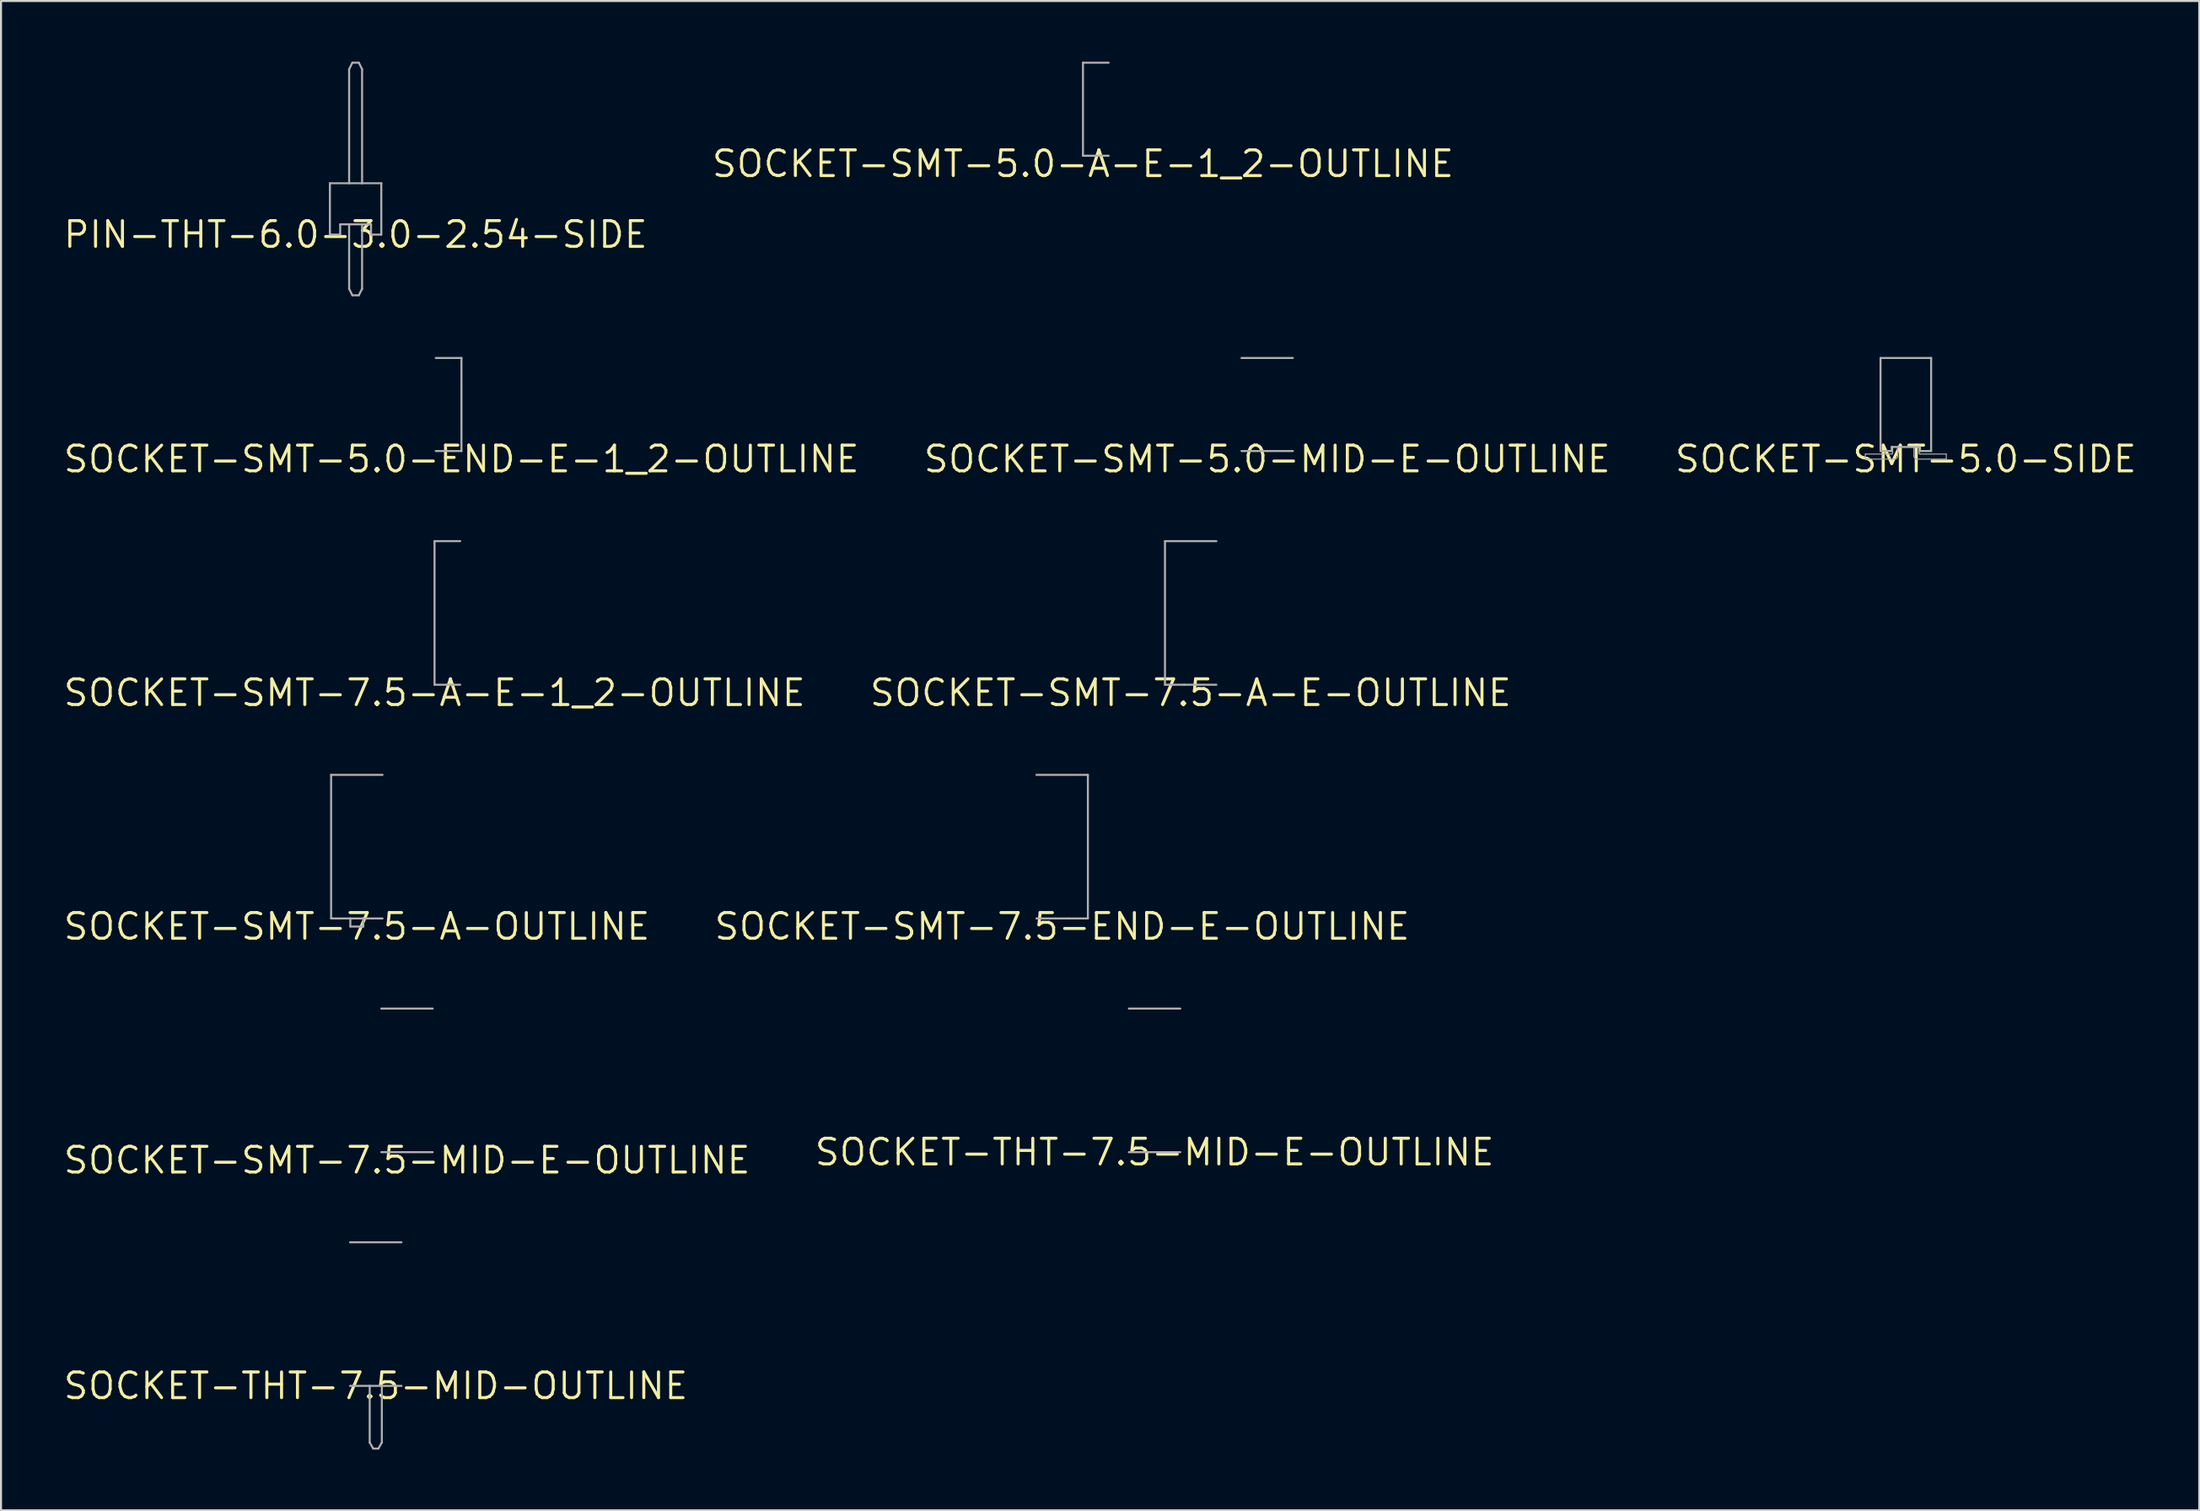
<source format=kicad_pcb>
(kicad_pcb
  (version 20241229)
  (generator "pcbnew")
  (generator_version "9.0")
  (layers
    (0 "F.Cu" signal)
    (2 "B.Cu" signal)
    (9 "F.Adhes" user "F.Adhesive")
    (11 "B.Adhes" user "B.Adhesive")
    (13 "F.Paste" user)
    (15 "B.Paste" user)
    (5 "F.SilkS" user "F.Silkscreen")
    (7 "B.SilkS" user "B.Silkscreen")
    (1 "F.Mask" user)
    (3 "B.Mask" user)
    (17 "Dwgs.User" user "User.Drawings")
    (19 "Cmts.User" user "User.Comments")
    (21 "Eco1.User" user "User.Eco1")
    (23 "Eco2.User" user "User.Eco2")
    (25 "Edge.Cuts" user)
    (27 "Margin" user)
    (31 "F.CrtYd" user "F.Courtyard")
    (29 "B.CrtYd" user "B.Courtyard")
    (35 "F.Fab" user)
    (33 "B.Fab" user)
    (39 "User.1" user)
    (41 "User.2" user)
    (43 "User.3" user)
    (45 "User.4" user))
  (footprint "SOCKET-SMT-7.5-MID-E-OUTLINE"
    (layer "F.Cu")
    (at 17.062 54.319)
    (property "Reference" "SOCKET-SMT-7.5-MID-E-OUTLINE" (at 0 0 0) (unlocked yes) (layer "F.SilkS") (effects (font (size 1.27 1.27) (thickness 0.15))))
    (fp_line (start -1.27 -7.5) (end 1.27 -7.5) (stroke (width 0.1) (type solid)) (layer "F.Fab"))
    (fp_line (start 1.27 -0.4) (end -1.27 -0.4) (stroke (width 0.1) (type solid)) (layer "F.Fab")))
  (footprint "SOCKET-SMT-5.0-SIDE"
    (layer "F.Cu")
    (at 91.126 19.65)
    (property "Reference" "SOCKET-SMT-5.0-SIDE" (at 0 0 0) (unlocked yes) (layer "F.SilkS") (effects (font (size 1.27 1.27) (thickness 0.15))))
    (fp_line (start -2 -0.25) (end -0.7 -0.25) (stroke (width 0.05) (type solid)) (layer "F.Fab"))
    (fp_line (start -2 0) (end -2 -0.25) (stroke (width 0.05) (type solid)) (layer "F.Fab"))
    (fp_line (start -2 0) (end -0.55 0) (stroke (width 0.05) (type solid)) (layer "F.Fab"))
    (fp_line (start -1.25 -5) (end -1.25 -0.4) (stroke (width 0.1) (type solid)) (layer "F.Fab"))
    (fp_line (start -1.25 -5) (end 1.25 -5) (stroke (width 0.1) (type solid)) (layer "F.Fab"))
    (fp_line (start -0.7 -0.6) (end -0.65 -0.6) (stroke (width 0.1) (type solid)) (layer "F.Fab"))
    (fp_line (start -0.7 -0.4) (end -1.25 -0.4) (stroke (width 0.1) (type solid)) (layer "F.Fab"))
    (fp_line (start -0.7 -0.4) (end -0.7 -0.6) (stroke (width 0.1) (type solid)) (layer "F.Fab"))
    (fp_line (start -0.65 -0.6) (end -0.4 -0.6) (stroke (width 0.1) (type solid)) (layer "F.Fab"))
    (fp_line (start -0.65 -0.3) (end -0.65 -0.6) (stroke (width 0.05) (type solid)) (layer "F.Fab"))
    (fp_line (start -0.4 -0.6) (end -0.4 -0.15) (stroke (width 0.05) (type solid)) (layer "F.Fab"))
    (fp_line (start -0.4 -0.6) (end 0.7 -0.6) (stroke (width 0.1) (type solid)) (layer "F.Fab"))
    (fp_line (start 0.4 -0.6) (end 0.4 -0.15) (stroke (width 0.05) (type solid)) (layer "F.Fab"))
    (fp_line (start 0.65 -0.3) (end 0.65 -0.6) (stroke (width 0.05) (type solid)) (layer "F.Fab"))
    (fp_line (start 0.7 -0.6) (end 0.7 -0.4) (stroke (width 0.1) (type solid)) (layer "F.Fab"))
    (fp_line (start 1.25 -5) (end 1.25 -0.4) (stroke (width 0.1) (type solid)) (layer "F.Fab"))
    (fp_line (start 1.25 -0.4) (end 0.7 -0.4) (stroke (width 0.1) (type solid)) (layer "F.Fab"))
    (fp_line (start 2 -0.25) (end 0.7 -0.25) (stroke (width 0.05) (type solid)) (layer "F.Fab"))
    (fp_line (start 2 0) (end 0.55 0) (stroke (width 0.05) (type solid)) (layer "F.Fab"))
    (fp_line (start 2 0) (end 2 -0.25) (stroke (width 0.05) (type solid)) (layer "F.Fab"))
    (fp_arc (start -0.65 -0.3) (mid -0.664645 -0.264645) (end -0.7 -0.25) (stroke (width 0.05) (type solid)) (layer "F.Fab"))
    (fp_arc (start -0.4 -0.15) (mid -0.443934 -0.043934) (end -0.55 0) (stroke (width 0.05) (type solid)) (layer "F.Fab"))
    (fp_arc (start 0.55 0) (mid 0.443934 -0.043934) (end 0.4 -0.15) (stroke (width 0.05) (type solid)) (layer "F.Fab"))
    (fp_arc (start 0.7 -0.25) (mid 0.664645 -0.264645) (end 0.65 -0.3) (stroke (width 0.05) (type solid)) (layer "F.Fab")))
  (footprint "SOCKET-SMT-7.5-A-OUTLINE"
    (layer "F.Cu")
    (at 14.582 42.762)
    (property "Reference" "SOCKET-SMT-7.5-A-OUTLINE" (at 0 0 0) (unlocked yes) (layer "F.SilkS") (effects (font (size 1.27 1.27) (thickness 0.15))))
    (fp_line (start -1.27 -7.5) (end -1.27 -0.4) (stroke (width 0.1) (type solid)) (layer "F.Fab"))
    (fp_line (start -1.27 -7.5) (end 1.27 -7.5) (stroke (width 0.1) (type solid)) (layer "F.Fab"))
    (fp_line (start -0.32 -0.4) (end -1.27 -0.4) (stroke (width 0.1) (type solid)) (layer "F.Fab"))
    (fp_line (start -0.32 -0.4) (end -0.32 0) (stroke (width 0.1) (type solid)) (layer "F.Fab"))
    (fp_line (start -0.32 0) (end 0.32 0) (stroke (width 0.1) (type solid)) (layer "F.Fab"))
    (fp_line (start 0.32 -0.4) (end -0.32 -0.4) (stroke (width 0.1) (type solid)) (layer "F.Fab"))
    (fp_line (start 0.32 0) (end 0.32 -0.4) (stroke (width 0.1) (type solid)) (layer "F.Fab"))
    (fp_line (start 1.27 -0.4) (end 0.32 -0.4) (stroke (width 0.1) (type solid)) (layer "F.Fab")))
  (footprint "PIN-THT-6.0-3.0-2.54-SIDE"
    (layer "F.Cu")
    (at 14.522 8.55)
    (property "Reference" "PIN-THT-6.0-3.0-2.54-SIDE" (at 0 0 0) (unlocked yes) (layer "F.SilkS") (effects (font (size 1.27 1.27) (thickness 0.15))))
    (fp_line (start -1.27 -2.54) (end -0.32 -2.54) (stroke (width 0.1) (type solid)) (layer "F.Fab"))
    (fp_line (start -1.27 0) (end -1.27 -2.54) (stroke (width 0.1) (type solid)) (layer "F.Fab"))
    (fp_line (start -1.27 0) (end -0.762 0) (stroke (width 0.1) (type solid)) (layer "F.Fab"))
    (fp_line (start -0.762 -0.508) (end -0.32 -0.508) (stroke (width 0.1) (type solid)) (layer "F.Fab"))
    (fp_line (start -0.762 0) (end -0.762 -0.508) (stroke (width 0.1) (type solid)) (layer "F.Fab"))
    (fp_line (start -0.32 -8.18) (end -0.159 -8.5) (stroke (width 0.1) (type solid)) (layer "F.Fab"))
    (fp_line (start -0.32 -2.54) (end -0.32 -8.18) (stroke (width 0.1) (type solid)) (layer "F.Fab"))
    (fp_line (start -0.32 -2.54) (end 0.32 -2.54) (stroke (width 0.1) (type solid)) (layer "F.Fab"))
    (fp_line (start -0.32 -0.508) (end -0.32 2.68) (stroke (width 0.1) (type solid)) (layer "F.Fab"))
    (fp_line (start -0.159 -8.5) (end 0.159 -8.5) (stroke (width 0.1) (type solid)) (layer "F.Fab"))
    (fp_line (start -0.159 3) (end -0.32 2.68) (stroke (width 0.1) (type solid)) (layer "F.Fab"))
    (fp_line (start 0.159 -8.5) (end 0.32 -8.18) (stroke (width 0.1) (type solid)) (layer "F.Fab"))
    (fp_line (start 0.159 3) (end -0.159 3) (stroke (width 0.1) (type solid)) (layer "F.Fab"))
    (fp_line (start 0.32 -2.54) (end 0.32 -8.18) (stroke (width 0.1) (type solid)) (layer "F.Fab"))
    (fp_line (start 0.32 -2.54) (end 1.27 -2.54) (stroke (width 0.1) (type solid)) (layer "F.Fab"))
    (fp_line (start 0.32 -0.508) (end -0.32 -0.508) (stroke (width 0.1) (type solid)) (layer "F.Fab"))
    (fp_line (start 0.32 -0.508) (end 0.32 2.68) (stroke (width 0.1) (type solid)) (layer "F.Fab"))
    (fp_line (start 0.32 -0.508) (end 0.762 -0.508) (stroke (width 0.1) (type solid)) (layer "F.Fab"))
    (fp_line (start 0.32 2.68) (end 0.159 3) (stroke (width 0.1) (type solid)) (layer "F.Fab"))
    (fp_line (start 0.762 0) (end 0.762 -0.508) (stroke (width 0.1) (type solid)) (layer "F.Fab"))
    (fp_line (start 1.27 -2.54) (end 1.27 0) (stroke (width 0.1) (type solid)) (layer "F.Fab"))
    (fp_line (start 1.27 0) (end 0.762 0) (stroke (width 0.1) (type solid)) (layer "F.Fab")))
  (footprint "SOCKET-THT-7.5-MID-E-OUTLINE"
    (layer "F.Cu")
    (at 54.003 53.919)
    (property "Reference" "SOCKET-THT-7.5-MID-E-OUTLINE" (at 0 0 0) (unlocked yes) (layer "F.SilkS") (effects (font (size 1.27 1.27) (thickness 0.15))))
    (fp_line (start -1.27 -7.1) (end 1.27 -7.1) (stroke (width 0.1) (type solid)) (layer "F.Fab"))
    (fp_line (start -1.27 0) (end 1.27 0) (stroke (width 0.1) (type solid)) (layer "F.Fab")))
  (footprint "SOCKET-SMT-5.0-END-E-1_2-OUTLINE"
    (layer "F.Cu")
    (at 19.753 19.65)
    (property "Reference" "SOCKET-SMT-5.0-END-E-1_2-OUTLINE" (at 0 0 0) (unlocked yes) (layer "F.SilkS") (effects (font (size 1.27 1.27) (thickness 0.15))))
    (fp_line (start -1.27 -0.4) (end 0 -0.4) (stroke (width 0.1) (type solid)) (layer "F.Fab"))
    (fp_line (start 0 -5) (end -1.27 -5) (stroke (width 0.1) (type solid)) (layer "F.Fab"))
    (fp_line (start 0 -5) (end 0 -0.4) (stroke (width 0.1) (type solid)) (layer "F.Fab")))
  (footprint "SOCKET-SMT-7.5-END-E-OUTLINE"
    (layer "F.Cu")
    (at 49.437 42.762)
    (property "Reference" "SOCKET-SMT-7.5-END-E-OUTLINE" (at 0 0 0) (unlocked yes) (layer "F.SilkS") (effects (font (size 1.27 1.27) (thickness 0.15))))
    (fp_line (start -1.27 -7.5) (end 1.27 -7.5) (stroke (width 0.1) (type solid)) (layer "F.Fab"))
    (fp_line (start -0.32 -0.4) (end -1.27 -0.4) (stroke (width 0.1) (type solid)) (layer "F.Fab"))
    (fp_line (start 0.32 -0.4) (end -0.32 -0.4) (stroke (width 0.1) (type solid)) (layer "F.Fab"))
    (fp_line (start 1.27 -7.5) (end 1.27 -0.4) (stroke (width 0.1) (type solid)) (layer "F.Fab"))
    (fp_line (start 1.27 -0.4) (end 0.32 -0.4) (stroke (width 0.1) (type solid)) (layer "F.Fab")))
  (footprint "SOCKET-SMT-7.5-A-E-1_2-OUTLINE"
    (layer "F.Cu")
    (at 18.422 31.206)
    (property "Reference" "SOCKET-SMT-7.5-A-E-1_2-OUTLINE" (at 0 0 0) (unlocked yes) (layer "F.SilkS") (effects (font (size 1.27 1.27) (thickness 0.15))))
    (fp_line (start 0 -7.5) (end 0 -0.4) (stroke (width 0.1) (type solid)) (layer "F.Fab"))
    (fp_line (start 0 -7.5) (end 1.27 -7.5) (stroke (width 0.1) (type solid)) (layer "F.Fab"))
    (fp_line (start 1.27 -0.4) (end 0 -0.4) (stroke (width 0.1) (type solid)) (layer "F.Fab")))
  (footprint "SOCKET-SMT-5.0-MID-E-OUTLINE"
    (layer "F.Cu")
    (at 59.567 19.65)
    (property "Reference" "SOCKET-SMT-5.0-MID-E-OUTLINE" (at 0 0 0) (unlocked yes) (layer "F.SilkS") (effects (font (size 1.27 1.27) (thickness 0.15))))
    (fp_line (start -1.27 -5) (end 1.27 -5) (stroke (width 0.1) (type solid)) (layer "F.Fab"))
    (fp_line (start 1.27 -0.4) (end -1.27 -0.4) (stroke (width 0.1) (type solid)) (layer "F.Fab")))
  (footprint "SOCKET-SMT-5.0-A-E-1_2-OUTLINE"
    (layer "F.Cu")
    (at 50.465 5.05)
    (property "Reference" "SOCKET-SMT-5.0-A-E-1_2-OUTLINE" (at 0 0 0) (unlocked yes) (layer "F.SilkS") (effects (font (size 1.27 1.27) (thickness 0.15))))
    (fp_line (start 0 -5) (end 0 -0.4) (stroke (width 0.1) (type solid)) (layer "F.Fab"))
    (fp_line (start 0 -5) (end 1.27 -5) (stroke (width 0.1) (type solid)) (layer "F.Fab"))
    (fp_line (start 1.27 -0.4) (end 0 -0.4) (stroke (width 0.1) (type solid)) (layer "F.Fab")))
  (footprint "SOCKET-SMT-7.5-A-E-OUTLINE"
    (layer "F.Cu")
    (at 55.787 31.206)
    (property "Reference" "SOCKET-SMT-7.5-A-E-OUTLINE" (at 0 0 0) (unlocked yes) (layer "F.SilkS") (effects (font (size 1.27 1.27) (thickness 0.15))))
    (fp_line (start -1.27 -7.5) (end -1.27 -0.4) (stroke (width 0.1) (type solid)) (layer "F.Fab"))
    (fp_line (start -1.27 -7.5) (end 1.27 -7.5) (stroke (width 0.1) (type solid)) (layer "F.Fab"))
    (fp_line (start -0.32 -0.4) (end -1.27 -0.4) (stroke (width 0.1) (type solid)) (layer "F.Fab"))
    (fp_line (start 0.32 -0.4) (end -0.32 -0.4) (stroke (width 0.1) (type solid)) (layer "F.Fab"))
    (fp_line (start 1.27 -0.4) (end 0.32 -0.4) (stroke (width 0.1) (type solid)) (layer "F.Fab")))
  (footprint "SOCKET-THT-7.5-MID-OUTLINE"
    (layer "F.Cu")
    (at 15.519 65.475)
    (property "Reference" "SOCKET-THT-7.5-MID-OUTLINE" (at 0 0 0) (unlocked yes) (layer "F.SilkS") (effects (font (size 1.27 1.27) (thickness 0.15))))
    (fp_line (start -1.27 -7.1) (end 1.27 -7.1) (stroke (width 0.1) (type solid)) (layer "F.Fab"))
    (fp_line (start -0.3 0) (end -1.27 0) (stroke (width 0.1) (type solid)) (layer "F.Fab"))
    (fp_line (start -0.3 0) (end -0.3 2.8) (stroke (width 0.1) (type solid)) (layer "F.Fab"))
    (fp_line (start -0.3 2.8) (end -0.127 3.1) (stroke (width 0.1) (type solid)) (layer "F.Fab"))
    (fp_line (start -0.127 3.1) (end 0.127 3.1) (stroke (width 0.1) (type solid)) (layer "F.Fab"))
    (fp_line (start 0.127 3.1) (end 0.3 2.8) (stroke (width 0.1) (type solid)) (layer "F.Fab"))
    (fp_line (start 0.3 0) (end -0.3 0) (stroke (width 0.1) (type solid)) (layer "F.Fab"))
    (fp_line (start 0.3 0) (end 1.27 0) (stroke (width 0.1) (type solid)) (layer "F.Fab"))
    (fp_line (start 0.3 2.8) (end 0.3 0) (stroke (width 0.1) (type solid)) (layer "F.Fab")))
  (gr_rect
    (start -3 -3)
    (end 105.624 71.625)
    (stroke (width 0.1) (type default))
    (fill no)
    (layer "Edge.Cuts")))
</source>
